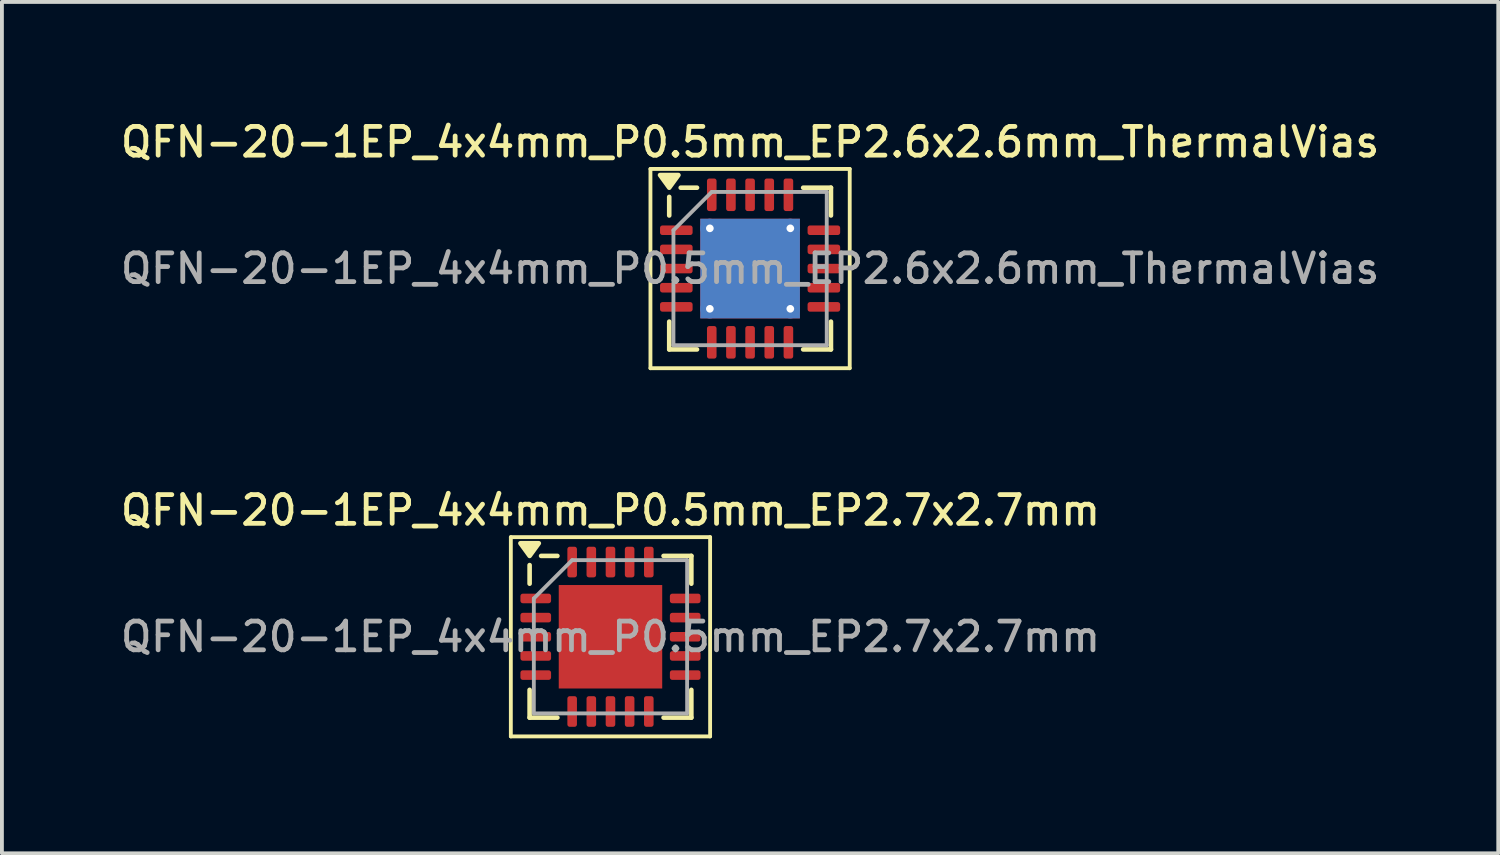
<source format=kicad_pcb>
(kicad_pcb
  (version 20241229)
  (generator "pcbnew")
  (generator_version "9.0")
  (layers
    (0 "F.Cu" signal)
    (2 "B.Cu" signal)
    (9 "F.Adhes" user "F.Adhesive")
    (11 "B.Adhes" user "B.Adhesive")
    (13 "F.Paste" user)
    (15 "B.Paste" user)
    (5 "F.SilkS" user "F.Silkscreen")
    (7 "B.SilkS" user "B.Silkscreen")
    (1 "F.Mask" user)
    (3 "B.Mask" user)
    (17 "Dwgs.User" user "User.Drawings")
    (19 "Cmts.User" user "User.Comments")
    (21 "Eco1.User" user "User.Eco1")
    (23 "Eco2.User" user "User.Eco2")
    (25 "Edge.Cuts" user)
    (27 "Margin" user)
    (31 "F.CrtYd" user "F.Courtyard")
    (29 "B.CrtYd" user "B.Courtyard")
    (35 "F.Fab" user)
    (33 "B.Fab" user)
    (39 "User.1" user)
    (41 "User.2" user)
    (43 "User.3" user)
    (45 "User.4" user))
  (footprint "QFN-20-1EP_4x4mm_P0.5mm_EP2.7x2.7mm"
    (layer "F.Cu")
    (at 12.88 13.566)
    (property "Reference" "QFN-20-1EP_4x4mm_P0.5mm_EP2.7x2.7mm" (at 0 -3.3 0) (layer "F.SilkS") (effects (font (size 0.75 0.75) (thickness 0.125))))
    (attr smd)
    (fp_line (start -2.6 -2.6) (end -2.6 2.6) (stroke (width 0.1) (type solid)) (layer "F.SilkS"))
    (fp_line (start -2.6 2.6) (end 2.6 2.6) (stroke (width 0.1) (type solid)) (layer "F.SilkS"))
    (fp_line (start -2.11 -1.385) (end -2.11 -1.87) (stroke (width 0.12) (type solid)) (layer "F.SilkS"))
    (fp_line (start -2.11 2.11) (end -2.11 1.385) (stroke (width 0.12) (type solid)) (layer "F.SilkS"))
    (fp_line (start -1.385 -2.11) (end -1.81 -2.11) (stroke (width 0.12) (type solid)) (layer "F.SilkS"))
    (fp_line (start -1.385 2.11) (end -2.11 2.11) (stroke (width 0.12) (type solid)) (layer "F.SilkS"))
    (fp_line (start 1.385 -2.11) (end 2.11 -2.11) (stroke (width 0.12) (type solid)) (layer "F.SilkS"))
    (fp_line (start 1.385 2.11) (end 2.11 2.11) (stroke (width 0.12) (type solid)) (layer "F.SilkS"))
    (fp_line (start 2.11 -2.11) (end 2.11 -1.385) (stroke (width 0.12) (type solid)) (layer "F.SilkS"))
    (fp_line (start 2.11 2.11) (end 2.11 1.385) (stroke (width 0.12) (type solid)) (layer "F.SilkS"))
    (fp_line (start 2.6 -2.6) (end -2.6 -2.6) (stroke (width 0.1) (type solid)) (layer "F.SilkS"))
    (fp_line (start 2.6 2.6) (end 2.6 -2.6) (stroke (width 0.1) (type solid)) (layer "F.SilkS"))
    (fp_poly (pts (xy -2.11 -2.11) (xy -2.35 -2.44) (xy -1.87 -2.44) (xy -2.11 -2.11)) (stroke (width 0.12) (type solid)) (fill yes) (layer "F.SilkS"))
    (fp_line (start -2 -1) (end -1 -2) (stroke (width 0.1) (type solid)) (layer "F.Fab"))
    (fp_line (start -2 2) (end -2 -1) (stroke (width 0.1) (type solid)) (layer "F.Fab"))
    (fp_line (start -1 -2) (end 2 -2) (stroke (width 0.1) (type solid)) (layer "F.Fab"))
    (fp_line (start 2 -2) (end 2 2) (stroke (width 0.1) (type solid)) (layer "F.Fab"))
    (fp_line (start 2 2) (end -2 2) (stroke (width 0.1) (type solid)) (layer "F.Fab"))
    (fp_text user "${REFERENCE}" (at 0 0 0) (layer "F.Fab") (effects (font (size 0.75 0.75) (thickness 0.125))))
    (pad "" smd roundrect (at -0.675 -0.675) (size 1.09 1.09) (layers "F.Paste") (roundrect_rratio 0.229))
    (pad "" smd roundrect (at -0.675 0.675) (size 1.09 1.09) (layers "F.Paste") (roundrect_rratio 0.229))
    (pad "" smd roundrect (at 0.675 -0.675) (size 1.09 1.09) (layers "F.Paste") (roundrect_rratio 0.229))
    (pad "" smd roundrect (at 0.675 0.675) (size 1.09 1.09) (layers "F.Paste") (roundrect_rratio 0.229))
    (pad "1" smd roundrect (at -1.95 -1) (size 0.8 0.25) (layers "F.Cu" "F.Mask" "F.Paste") (roundrect_rratio 0.25))
    (pad "2" smd roundrect (at -1.95 -0.5) (size 0.8 0.25) (layers "F.Cu" "F.Mask" "F.Paste") (roundrect_rratio 0.25))
    (pad "3" smd roundrect (at -1.95 0) (size 0.8 0.25) (layers "F.Cu" "F.Mask" "F.Paste") (roundrect_rratio 0.25))
    (pad "4" smd roundrect (at -1.95 0.5) (size 0.8 0.25) (layers "F.Cu" "F.Mask" "F.Paste") (roundrect_rratio 0.25))
    (pad "5" smd roundrect (at -1.95 1) (size 0.8 0.25) (layers "F.Cu" "F.Mask" "F.Paste") (roundrect_rratio 0.25))
    (pad "6" smd roundrect (at -1 1.95) (size 0.25 0.8) (layers "F.Cu" "F.Mask" "F.Paste") (roundrect_rratio 0.25))
    (pad "7" smd roundrect (at -0.5 1.95) (size 0.25 0.8) (layers "F.Cu" "F.Mask" "F.Paste") (roundrect_rratio 0.25))
    (pad "8" smd roundrect (at 0 1.95) (size 0.25 0.8) (layers "F.Cu" "F.Mask" "F.Paste") (roundrect_rratio 0.25))
    (pad "9" smd roundrect (at 0.5 1.95) (size 0.25 0.8) (layers "F.Cu" "F.Mask" "F.Paste") (roundrect_rratio 0.25))
    (pad "10" smd roundrect (at 1 1.95) (size 0.25 0.8) (layers "F.Cu" "F.Mask" "F.Paste") (roundrect_rratio 0.25))
    (pad "11" smd roundrect (at 1.95 1) (size 0.8 0.25) (layers "F.Cu" "F.Mask" "F.Paste") (roundrect_rratio 0.25))
    (pad "12" smd roundrect (at 1.95 0.5) (size 0.8 0.25) (layers "F.Cu" "F.Mask" "F.Paste") (roundrect_rratio 0.25))
    (pad "13" smd roundrect (at 1.95 0) (size 0.8 0.25) (layers "F.Cu" "F.Mask" "F.Paste") (roundrect_rratio 0.25))
    (pad "14" smd roundrect (at 1.95 -0.5) (size 0.8 0.25) (layers "F.Cu" "F.Mask" "F.Paste") (roundrect_rratio 0.25))
    (pad "15" smd roundrect (at 1.95 -1) (size 0.8 0.25) (layers "F.Cu" "F.Mask" "F.Paste") (roundrect_rratio 0.25))
    (pad "16" smd roundrect (at 1 -1.95) (size 0.25 0.8) (layers "F.Cu" "F.Mask" "F.Paste") (roundrect_rratio 0.25))
    (pad "17" smd roundrect (at 0.5 -1.95) (size 0.25 0.8) (layers "F.Cu" "F.Mask" "F.Paste") (roundrect_rratio 0.25))
    (pad "18" smd roundrect (at 0 -1.95) (size 0.25 0.8) (layers "F.Cu" "F.Mask" "F.Paste") (roundrect_rratio 0.25))
    (pad "19" smd roundrect (at -0.5 -1.95) (size 0.25 0.8) (layers "F.Cu" "F.Mask" "F.Paste") (roundrect_rratio 0.25))
    (pad "20" smd roundrect (at -1 -1.95) (size 0.25 0.8) (layers "F.Cu" "F.Mask" "F.Paste") (roundrect_rratio 0.25))
    (pad "21" smd rect (at 0 0) (size 2.7 2.7) (property pad_prop_heatsink) (layers "F.Cu" "F.Mask")))
  (footprint "QFN-20-1EP_4x4mm_P0.5mm_EP2.6x2.6mm_ThermalVias"
    (layer "F.Cu")
    (at 16.523 3.958)
    (property "Reference" "QFN-20-1EP_4x4mm_P0.5mm_EP2.6x2.6mm_ThermalVias" (at 0 -3.3 0) (layer "F.SilkS") (effects (font (size 0.75 0.75) (thickness 0.125))))
    (attr smd)
    (fp_line (start -2.6 -2.6) (end -2.6 2.6) (stroke (width 0.1) (type solid)) (layer "F.SilkS"))
    (fp_line (start -2.6 2.6) (end 2.6 2.6) (stroke (width 0.1) (type solid)) (layer "F.SilkS"))
    (fp_line (start -2.11 -1.385) (end -2.11 -1.87) (stroke (width 0.12) (type solid)) (layer "F.SilkS"))
    (fp_line (start -2.11 2.11) (end -2.11 1.385) (stroke (width 0.12) (type solid)) (layer "F.SilkS"))
    (fp_line (start -1.385 -2.11) (end -1.81 -2.11) (stroke (width 0.12) (type solid)) (layer "F.SilkS"))
    (fp_line (start -1.385 2.11) (end -2.11 2.11) (stroke (width 0.12) (type solid)) (layer "F.SilkS"))
    (fp_line (start 1.385 -2.11) (end 2.11 -2.11) (stroke (width 0.12) (type solid)) (layer "F.SilkS"))
    (fp_line (start 1.385 2.11) (end 2.11 2.11) (stroke (width 0.12) (type solid)) (layer "F.SilkS"))
    (fp_line (start 2.11 -2.11) (end 2.11 -1.385) (stroke (width 0.12) (type solid)) (layer "F.SilkS"))
    (fp_line (start 2.11 2.11) (end 2.11 1.385) (stroke (width 0.12) (type solid)) (layer "F.SilkS"))
    (fp_line (start 2.6 -2.6) (end -2.6 -2.6) (stroke (width 0.1) (type solid)) (layer "F.SilkS"))
    (fp_line (start 2.6 2.6) (end 2.6 -2.6) (stroke (width 0.1) (type solid)) (layer "F.SilkS"))
    (fp_poly (pts (xy -2.11 -2.11) (xy -2.35 -2.44) (xy -1.87 -2.44) (xy -2.11 -2.11)) (stroke (width 0.12) (type solid)) (fill yes) (layer "F.SilkS"))
    (fp_line (start -2 -1) (end -1 -2) (stroke (width 0.1) (type solid)) (layer "F.Fab"))
    (fp_line (start -2 2) (end -2 -1) (stroke (width 0.1) (type solid)) (layer "F.Fab"))
    (fp_line (start -1 -2) (end 2 -2) (stroke (width 0.1) (type solid)) (layer "F.Fab"))
    (fp_line (start 2 -2) (end 2 2) (stroke (width 0.1) (type solid)) (layer "F.Fab"))
    (fp_line (start 2 2) (end -2 2) (stroke (width 0.1) (type solid)) (layer "F.Fab"))
    (fp_text user "${REFERENCE}" (at 0 0 0) (layer "F.Fab") (effects (font (size 0.75 0.75) (thickness 0.125))))
    (pad "" smd roundrect (at -0.65 -0.65) (size 1.13 1.13) (layers "F.Paste") (roundrect_rratio 0.221))
    (pad "" smd roundrect (at -0.65 0.65) (size 1.13 1.13) (layers "F.Paste") (roundrect_rratio 0.221))
    (pad "" smd roundrect (at 0.65 -0.65) (size 1.13 1.13) (layers "F.Paste") (roundrect_rratio 0.221))
    (pad "" smd roundrect (at 0.65 0.65) (size 1.13 1.13) (layers "F.Paste") (roundrect_rratio 0.221))
    (pad "1" smd roundrect (at -1.925 -1) (size 0.85 0.25) (layers "F.Cu" "F.Mask" "F.Paste") (roundrect_rratio 0.25))
    (pad "2" smd roundrect (at -1.925 -0.5) (size 0.85 0.25) (layers "F.Cu" "F.Mask" "F.Paste") (roundrect_rratio 0.25))
    (pad "3" smd roundrect (at -1.925 0) (size 0.85 0.25) (layers "F.Cu" "F.Mask" "F.Paste") (roundrect_rratio 0.25))
    (pad "4" smd roundrect (at -1.925 0.5) (size 0.85 0.25) (layers "F.Cu" "F.Mask" "F.Paste") (roundrect_rratio 0.25))
    (pad "5" smd roundrect (at -1.925 1) (size 0.85 0.25) (layers "F.Cu" "F.Mask" "F.Paste") (roundrect_rratio 0.25))
    (pad "6" smd roundrect (at -1 1.925) (size 0.25 0.85) (layers "F.Cu" "F.Mask" "F.Paste") (roundrect_rratio 0.25))
    (pad "7" smd roundrect (at -0.5 1.925) (size 0.25 0.85) (layers "F.Cu" "F.Mask" "F.Paste") (roundrect_rratio 0.25))
    (pad "8" smd roundrect (at 0 1.925) (size 0.25 0.85) (layers "F.Cu" "F.Mask" "F.Paste") (roundrect_rratio 0.25))
    (pad "9" smd roundrect (at 0.5 1.925) (size 0.25 0.85) (layers "F.Cu" "F.Mask" "F.Paste") (roundrect_rratio 0.25))
    (pad "10" smd roundrect (at 1 1.925) (size 0.25 0.85) (layers "F.Cu" "F.Mask" "F.Paste") (roundrect_rratio 0.25))
    (pad "11" smd roundrect (at 1.925 1) (size 0.85 0.25) (layers "F.Cu" "F.Mask" "F.Paste") (roundrect_rratio 0.25))
    (pad "12" smd roundrect (at 1.925 0.5) (size 0.85 0.25) (layers "F.Cu" "F.Mask" "F.Paste") (roundrect_rratio 0.25))
    (pad "13" smd roundrect (at 1.925 0) (size 0.85 0.25) (layers "F.Cu" "F.Mask" "F.Paste") (roundrect_rratio 0.25))
    (pad "14" smd roundrect (at 1.925 -0.5) (size 0.85 0.25) (layers "F.Cu" "F.Mask" "F.Paste") (roundrect_rratio 0.25))
    (pad "15" smd roundrect (at 1.925 -1) (size 0.85 0.25) (layers "F.Cu" "F.Mask" "F.Paste") (roundrect_rratio 0.25))
    (pad "16" smd roundrect (at 1 -1.925) (size 0.25 0.85) (layers "F.Cu" "F.Mask" "F.Paste") (roundrect_rratio 0.25))
    (pad "17" smd roundrect (at 0.5 -1.925) (size 0.25 0.85) (layers "F.Cu" "F.Mask" "F.Paste") (roundrect_rratio 0.25))
    (pad "18" smd roundrect (at 0 -1.925) (size 0.25 0.85) (layers "F.Cu" "F.Mask" "F.Paste") (roundrect_rratio 0.25))
    (pad "19" smd roundrect (at -0.5 -1.925) (size 0.25 0.85) (layers "F.Cu" "F.Mask" "F.Paste") (roundrect_rratio 0.25))
    (pad "20" smd roundrect (at -1 -1.925) (size 0.25 0.85) (layers "F.Cu" "F.Mask" "F.Paste") (roundrect_rratio 0.25))
    (pad "21" thru_hole circle (at -1.05 -1.05) (size 0.5 0.5) (drill 0.2) (property pad_prop_heatsink) (layers "*.Cu"))
    (pad "21" thru_hole circle (at -1.05 1.05) (size 0.5 0.5) (drill 0.2) (property pad_prop_heatsink) (layers "*.Cu"))
    (pad "21" smd rect (at 0 0) (size 2.6 2.6) (property pad_prop_heatsink) (layers "F.Cu" "F.Mask"))
    (pad "21" smd rect (at 0 0) (size 2.6 2.6) (property pad_prop_heatsink) (layers "B.Cu"))
    (pad "21" thru_hole circle (at 1.05 -1.05) (size 0.5 0.5) (drill 0.2) (property pad_prop_heatsink) (layers "*.Cu"))
    (pad "21" thru_hole circle (at 1.05 1.05) (size 0.5 0.5) (drill 0.2) (property pad_prop_heatsink) (layers "*.Cu")))
  (gr_rect
    (start -3 -3)
    (end 36.046 19.216)
    (stroke (width 0.1) (type default))
    (fill no)
    (layer "Edge.Cuts")))
</source>
